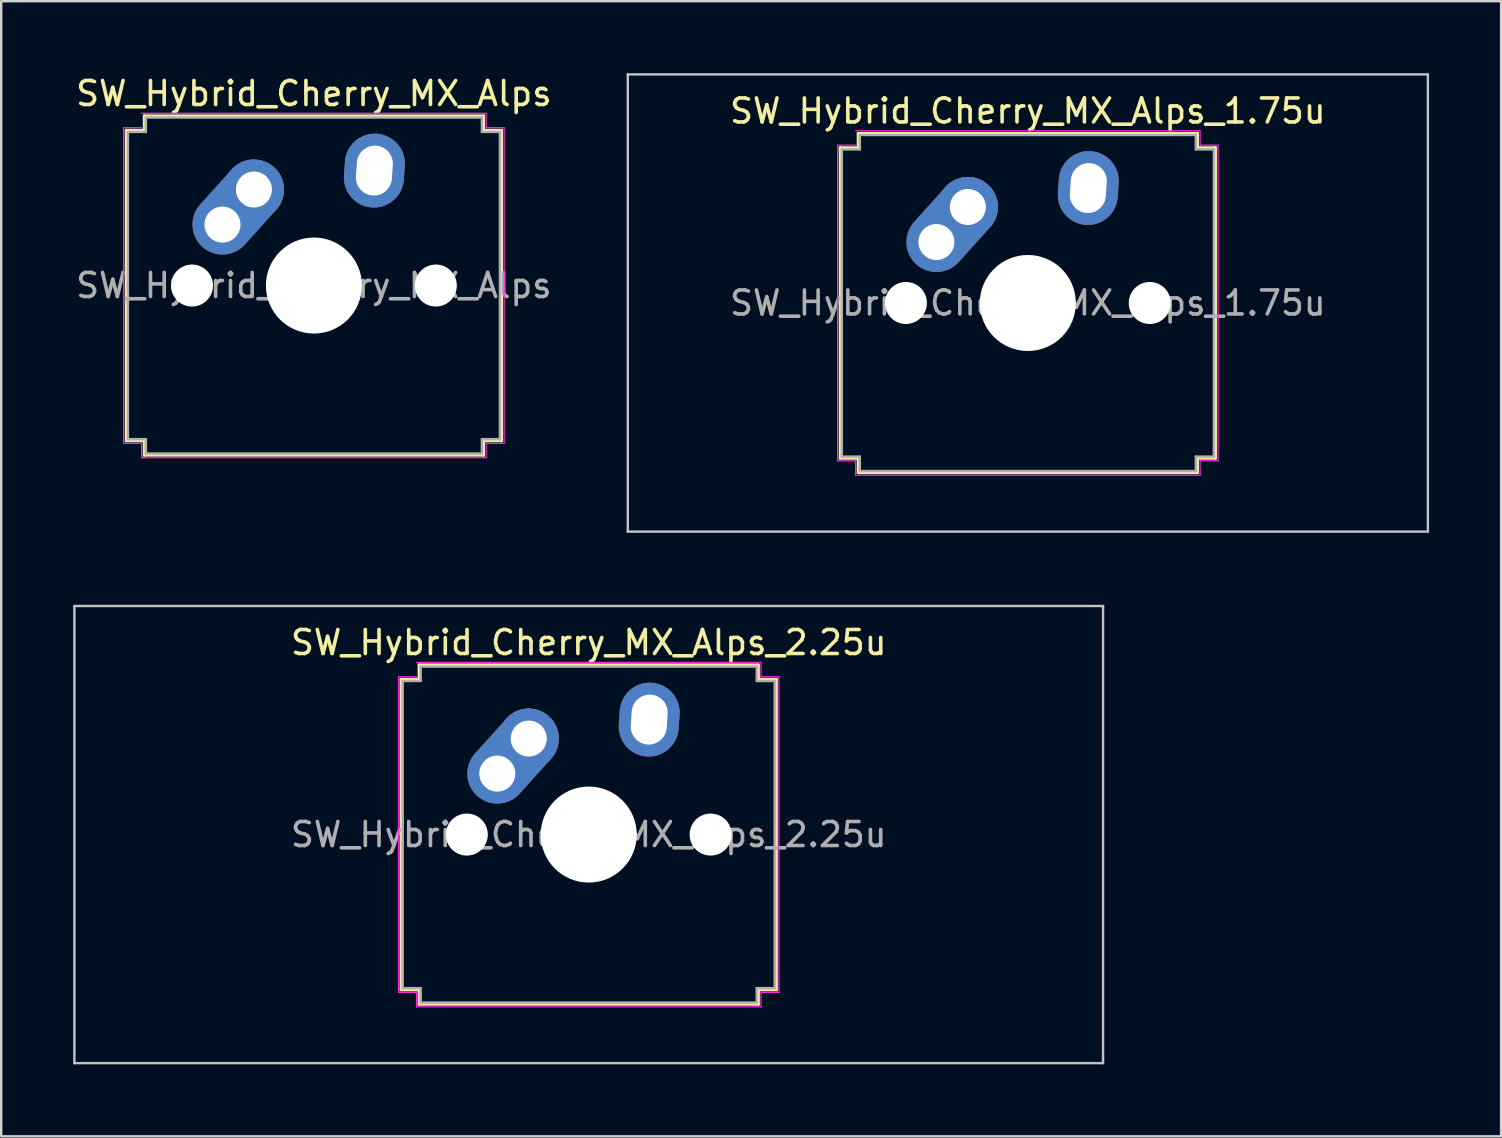
<source format=kicad_pcb>
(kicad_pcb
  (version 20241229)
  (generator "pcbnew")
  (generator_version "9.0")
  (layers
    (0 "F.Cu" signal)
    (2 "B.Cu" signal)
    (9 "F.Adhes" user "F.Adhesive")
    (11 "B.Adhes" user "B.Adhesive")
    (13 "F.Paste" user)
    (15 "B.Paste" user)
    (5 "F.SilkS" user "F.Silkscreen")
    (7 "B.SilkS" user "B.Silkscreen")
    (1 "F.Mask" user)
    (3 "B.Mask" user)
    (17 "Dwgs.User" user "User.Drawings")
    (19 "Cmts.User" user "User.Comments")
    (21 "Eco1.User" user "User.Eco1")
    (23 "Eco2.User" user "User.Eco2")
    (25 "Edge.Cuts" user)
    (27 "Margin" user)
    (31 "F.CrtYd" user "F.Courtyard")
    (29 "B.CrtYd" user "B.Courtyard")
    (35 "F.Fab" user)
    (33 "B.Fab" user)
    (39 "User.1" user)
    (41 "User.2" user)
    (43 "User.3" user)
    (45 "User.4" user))
  (footprint "SW_Hybrid_Cherry_MX_Alps"
    (layer "F.Cu")
    (at 10.03 8.848)
    (property "Reference" "SW_Hybrid_Cherry_MX_Alps" (at 0 -8 0) (layer "F.SilkS") (effects (font (size 1 1) (thickness 0.15))))
    (attr through_hole)
    (fp_line (start -7.821 -6.471) (end -7.071 -6.471) (stroke (width 0.12) (type solid)) (layer "F.SilkS"))
    (fp_line (start -7.821 6.471) (end -7.821 -6.471) (stroke (width 0.12) (type solid)) (layer "F.SilkS"))
    (fp_line (start -7.071 -7.071) (end 7.071 -7.071) (stroke (width 0.12) (type solid)) (layer "F.SilkS"))
    (fp_line (start -7.071 -6.471) (end -7.071 -7.071) (stroke (width 0.12) (type solid)) (layer "F.SilkS"))
    (fp_line (start -7.071 6.471) (end -7.821 6.471) (stroke (width 0.12) (type solid)) (layer "F.SilkS"))
    (fp_line (start -7.071 7.071) (end -7.071 6.471) (stroke (width 0.12) (type solid)) (layer "F.SilkS"))
    (fp_line (start 7.071 -7.071) (end 7.071 -6.471) (stroke (width 0.12) (type solid)) (layer "F.SilkS"))
    (fp_line (start 7.071 -6.471) (end 7.821 -6.471) (stroke (width 0.12) (type solid)) (layer "F.SilkS"))
    (fp_line (start 7.071 6.471) (end 7.071 7.071) (stroke (width 0.12) (type solid)) (layer "F.SilkS"))
    (fp_line (start 7.071 7.071) (end -7.071 7.071) (stroke (width 0.12) (type solid)) (layer "F.SilkS"))
    (fp_line (start 7.821 -6.471) (end 7.821 6.471) (stroke (width 0.12) (type solid)) (layer "F.SilkS"))
    (fp_line (start 7.821 6.471) (end 7.071 6.471) (stroke (width 0.12) (type solid)) (layer "F.SilkS"))
    (fp_line (start -7.927 -6.577) (end -7.177 -6.577) (stroke (width 0.05) (type solid)) (layer "F.CrtYd"))
    (fp_line (start -7.927 6.577) (end -7.927 -6.577) (stroke (width 0.05) (type solid)) (layer "F.CrtYd"))
    (fp_line (start -7.177 -7.177) (end 7.177 -7.177) (stroke (width 0.05) (type solid)) (layer "F.CrtYd"))
    (fp_line (start -7.177 6.577) (end -7.927 6.577) (stroke (width 0.05) (type solid)) (layer "F.CrtYd"))
    (fp_line (start -7.177 7.177) (end -7.177 6.577) (stroke (width 0.05) (type solid)) (layer "F.CrtYd"))
    (fp_line (start 7.177 -7.177) (end 7.177 -6.577) (stroke (width 0.05) (type solid)) (layer "F.CrtYd"))
    (fp_line (start 7.177 -6.577) (end 7.927 -6.577) (stroke (width 0.05) (type solid)) (layer "F.CrtYd"))
    (fp_line (start 7.177 6.577) (end 7.177 7.177) (stroke (width 0.05) (type solid)) (layer "F.CrtYd"))
    (fp_line (start 7.177 7.177) (end -7.177 7.177) (stroke (width 0.05) (type solid)) (layer "F.CrtYd"))
    (fp_line (start 7.927 -6.577) (end 7.927 6.577) (stroke (width 0.05) (type solid)) (layer "F.CrtYd"))
    (fp_line (start 7.927 6.577) (end 7.177 6.577) (stroke (width 0.05) (type solid)) (layer "F.CrtYd"))
    (fp_line (start -7.75 -6.4) (end -7 -6.4) (stroke (width 0.1) (type solid)) (layer "F.Fab"))
    (fp_line (start -7.75 6.4) (end -7.75 -6.4) (stroke (width 0.1) (type solid)) (layer "F.Fab"))
    (fp_line (start -7 -7) (end 7 -7) (stroke (width 0.1) (type solid)) (layer "F.Fab"))
    (fp_line (start -7 -6.4) (end -7 -7) (stroke (width 0.1) (type solid)) (layer "F.Fab"))
    (fp_line (start -7 6.4) (end -7.75 6.4) (stroke (width 0.1) (type solid)) (layer "F.Fab"))
    (fp_line (start -7 7) (end -7 6.4) (stroke (width 0.1) (type solid)) (layer "F.Fab"))
    (fp_line (start 7 -7) (end 7 -6.4) (stroke (width 0.1) (type solid)) (layer "F.Fab"))
    (fp_line (start 7 -6.4) (end 7.75 -6.4) (stroke (width 0.1) (type solid)) (layer "F.Fab"))
    (fp_line (start 7 6.4) (end 7 7) (stroke (width 0.1) (type solid)) (layer "F.Fab"))
    (fp_line (start 7 7) (end -7 7) (stroke (width 0.1) (type solid)) (layer "F.Fab"))
    (fp_line (start 7.75 -6.4) (end 7.75 6.4) (stroke (width 0.1) (type solid)) (layer "F.Fab"))
    (fp_line (start 7.75 6.4) (end 7 6.4) (stroke (width 0.1) (type solid)) (layer "F.Fab"))
    (fp_text user "${REFERENCE}" (at 0 0 0) (layer "F.Fab") (effects (font (size 1 1) (thickness 0.15))))
    (pad "" np_thru_hole circle (at -5.08 0) (size 1.75 1.75) (drill 1.75) (layers "*.Cu" "*.Mask"))
    (pad "" np_thru_hole circle (at 0 0) (size 4 4) (drill 4) (layers "*.Cu" "*.Mask"))
    (pad "" np_thru_hole circle (at 5.08 0) (size 1.75 1.75) (drill 1.75) (layers "*.Cu" "*.Mask"))
    (pad "1" thru_hole oval (at -3.81 -2.54 48) (size 4.462 2.5) (drill 1.5 (offset 0.981 0)) (layers "*.Cu" "*.Mask"))
    (pad "1" thru_hole circle (at -2.5 -4) (size 2.5 2.5) (drill 1.5) (layers "*.Cu" "*.Mask"))
    (pad "2" thru_hole oval (at 2.52 -4.79 86) (size 3.081 2.5) (drill oval 2.081 1.5) (layers "*.Cu" "*.Mask")))
  (footprint "SW_Hybrid_Cherry_MX_Alps_1.75u"
    (layer "F.Cu")
    (at 39.778 9.575)
    (property "Reference" "SW_Hybrid_Cherry_MX_Alps_1.75u" (at 0 -8 0) (layer "F.SilkS") (effects (font (size 1 1) (thickness 0.15))))
    (attr through_hole)
    (fp_line (start -7.821 -6.471) (end -7.071 -6.471) (stroke (width 0.12) (type solid)) (layer "F.SilkS"))
    (fp_line (start -7.821 6.471) (end -7.821 -6.471) (stroke (width 0.12) (type solid)) (layer "F.SilkS"))
    (fp_line (start -7.071 -7.071) (end 7.071 -7.071) (stroke (width 0.12) (type solid)) (layer "F.SilkS"))
    (fp_line (start -7.071 -6.471) (end -7.071 -7.071) (stroke (width 0.12) (type solid)) (layer "F.SilkS"))
    (fp_line (start -7.071 6.471) (end -7.821 6.471) (stroke (width 0.12) (type solid)) (layer "F.SilkS"))
    (fp_line (start -7.071 7.071) (end -7.071 6.471) (stroke (width 0.12) (type solid)) (layer "F.SilkS"))
    (fp_line (start 7.071 -7.071) (end 7.071 -6.471) (stroke (width 0.12) (type solid)) (layer "F.SilkS"))
    (fp_line (start 7.071 -6.471) (end 7.821 -6.471) (stroke (width 0.12) (type solid)) (layer "F.SilkS"))
    (fp_line (start 7.071 6.471) (end 7.071 7.071) (stroke (width 0.12) (type solid)) (layer "F.SilkS"))
    (fp_line (start 7.071 7.071) (end -7.071 7.071) (stroke (width 0.12) (type solid)) (layer "F.SilkS"))
    (fp_line (start 7.821 -6.471) (end 7.821 6.471) (stroke (width 0.12) (type solid)) (layer "F.SilkS"))
    (fp_line (start 7.821 6.471) (end 7.071 6.471) (stroke (width 0.12) (type solid)) (layer "F.SilkS"))
    (fp_line (start -16.669 -9.525) (end -16.669 9.525) (stroke (width 0.1) (type solid)) (layer "Dwgs.User"))
    (fp_line (start -16.669 9.525) (end 16.669 9.525) (stroke (width 0.1) (type solid)) (layer "Dwgs.User"))
    (fp_line (start 16.669 -9.525) (end -16.669 -9.525) (stroke (width 0.1) (type solid)) (layer "Dwgs.User"))
    (fp_line (start 16.669 9.525) (end 16.669 -9.525) (stroke (width 0.1) (type solid)) (layer "Dwgs.User"))
    (fp_line (start -7.927 -6.577) (end -7.177 -6.577) (stroke (width 0.05) (type solid)) (layer "F.CrtYd"))
    (fp_line (start -7.927 6.577) (end -7.927 -6.577) (stroke (width 0.05) (type solid)) (layer "F.CrtYd"))
    (fp_line (start -7.177 -7.177) (end 7.177 -7.177) (stroke (width 0.05) (type solid)) (layer "F.CrtYd"))
    (fp_line (start -7.177 6.577) (end -7.927 6.577) (stroke (width 0.05) (type solid)) (layer "F.CrtYd"))
    (fp_line (start -7.177 7.177) (end -7.177 6.577) (stroke (width 0.05) (type solid)) (layer "F.CrtYd"))
    (fp_line (start 7.177 -7.177) (end 7.177 -6.577) (stroke (width 0.05) (type solid)) (layer "F.CrtYd"))
    (fp_line (start 7.177 -6.577) (end 7.927 -6.577) (stroke (width 0.05) (type solid)) (layer "F.CrtYd"))
    (fp_line (start 7.177 6.577) (end 7.177 7.177) (stroke (width 0.05) (type solid)) (layer "F.CrtYd"))
    (fp_line (start 7.177 7.177) (end -7.177 7.177) (stroke (width 0.05) (type solid)) (layer "F.CrtYd"))
    (fp_line (start 7.927 -6.577) (end 7.927 6.577) (stroke (width 0.05) (type solid)) (layer "F.CrtYd"))
    (fp_line (start 7.927 6.577) (end 7.177 6.577) (stroke (width 0.05) (type solid)) (layer "F.CrtYd"))
    (fp_line (start -7.75 -6.4) (end -7 -6.4) (stroke (width 0.1) (type solid)) (layer "F.Fab"))
    (fp_line (start -7.75 6.4) (end -7.75 -6.4) (stroke (width 0.1) (type solid)) (layer "F.Fab"))
    (fp_line (start -7 -7) (end 7 -7) (stroke (width 0.1) (type solid)) (layer "F.Fab"))
    (fp_line (start -7 -6.4) (end -7 -7) (stroke (width 0.1) (type solid)) (layer "F.Fab"))
    (fp_line (start -7 6.4) (end -7.75 6.4) (stroke (width 0.1) (type solid)) (layer "F.Fab"))
    (fp_line (start -7 7) (end -7 6.4) (stroke (width 0.1) (type solid)) (layer "F.Fab"))
    (fp_line (start 7 -7) (end 7 -6.4) (stroke (width 0.1) (type solid)) (layer "F.Fab"))
    (fp_line (start 7 -6.4) (end 7.75 -6.4) (stroke (width 0.1) (type solid)) (layer "F.Fab"))
    (fp_line (start 7 6.4) (end 7 7) (stroke (width 0.1) (type solid)) (layer "F.Fab"))
    (fp_line (start 7 7) (end -7 7) (stroke (width 0.1) (type solid)) (layer "F.Fab"))
    (fp_line (start 7.75 -6.4) (end 7.75 6.4) (stroke (width 0.1) (type solid)) (layer "F.Fab"))
    (fp_line (start 7.75 6.4) (end 7 6.4) (stroke (width 0.1) (type solid)) (layer "F.Fab"))
    (fp_text user "${REFERENCE}" (at 0 0 0) (layer "F.Fab") (effects (font (size 1 1) (thickness 0.15))))
    (pad "" np_thru_hole circle (at -5.08 0) (size 1.75 1.75) (drill 1.75) (layers "*.Cu" "*.Mask"))
    (pad "" np_thru_hole circle (at 0 0) (size 4 4) (drill 4) (layers "*.Cu" "*.Mask"))
    (pad "" np_thru_hole circle (at 5.08 0) (size 1.75 1.75) (drill 1.75) (layers "*.Cu" "*.Mask"))
    (pad "1" thru_hole oval (at -3.81 -2.54 48) (size 4.462 2.5) (drill 1.5 (offset 0.981 0)) (layers "*.Cu" "*.Mask"))
    (pad "1" thru_hole circle (at -2.5 -4) (size 2.5 2.5) (drill 1.5) (layers "*.Cu" "*.Mask"))
    (pad "2" thru_hole oval (at 2.52 -4.79 86) (size 3.081 2.5) (drill oval 2.081 1.5) (layers "*.Cu" "*.Mask")))
  (footprint "SW_Hybrid_Cherry_MX_Alps_2.25u"
    (layer "F.Cu")
    (at 21.481 31.725)
    (property "Reference" "SW_Hybrid_Cherry_MX_Alps_2.25u" (at 0 -8 0) (layer "F.SilkS") (effects (font (size 1 1) (thickness 0.15))))
    (attr through_hole)
    (fp_line (start -7.821 -6.471) (end -7.071 -6.471) (stroke (width 0.12) (type solid)) (layer "F.SilkS"))
    (fp_line (start -7.821 6.471) (end -7.821 -6.471) (stroke (width 0.12) (type solid)) (layer "F.SilkS"))
    (fp_line (start -7.071 -7.071) (end 7.071 -7.071) (stroke (width 0.12) (type solid)) (layer "F.SilkS"))
    (fp_line (start -7.071 -6.471) (end -7.071 -7.071) (stroke (width 0.12) (type solid)) (layer "F.SilkS"))
    (fp_line (start -7.071 6.471) (end -7.821 6.471) (stroke (width 0.12) (type solid)) (layer "F.SilkS"))
    (fp_line (start -7.071 7.071) (end -7.071 6.471) (stroke (width 0.12) (type solid)) (layer "F.SilkS"))
    (fp_line (start 7.071 -7.071) (end 7.071 -6.471) (stroke (width 0.12) (type solid)) (layer "F.SilkS"))
    (fp_line (start 7.071 -6.471) (end 7.821 -6.471) (stroke (width 0.12) (type solid)) (layer "F.SilkS"))
    (fp_line (start 7.071 6.471) (end 7.071 7.071) (stroke (width 0.12) (type solid)) (layer "F.SilkS"))
    (fp_line (start 7.071 7.071) (end -7.071 7.071) (stroke (width 0.12) (type solid)) (layer "F.SilkS"))
    (fp_line (start 7.821 -6.471) (end 7.821 6.471) (stroke (width 0.12) (type solid)) (layer "F.SilkS"))
    (fp_line (start 7.821 6.471) (end 7.071 6.471) (stroke (width 0.12) (type solid)) (layer "F.SilkS"))
    (fp_line (start -21.431 -9.525) (end -21.431 9.525) (stroke (width 0.1) (type solid)) (layer "Dwgs.User"))
    (fp_line (start -21.431 9.525) (end 21.431 9.525) (stroke (width 0.1) (type solid)) (layer "Dwgs.User"))
    (fp_line (start 21.431 -9.525) (end -21.431 -9.525) (stroke (width 0.1) (type solid)) (layer "Dwgs.User"))
    (fp_line (start 21.431 9.525) (end 21.431 -9.525) (stroke (width 0.1) (type solid)) (layer "Dwgs.User"))
    (fp_line (start -7.927 -6.577) (end -7.177 -6.577) (stroke (width 0.05) (type solid)) (layer "F.CrtYd"))
    (fp_line (start -7.927 6.577) (end -7.927 -6.577) (stroke (width 0.05) (type solid)) (layer "F.CrtYd"))
    (fp_line (start -7.177 -7.177) (end 7.177 -7.177) (stroke (width 0.05) (type solid)) (layer "F.CrtYd"))
    (fp_line (start -7.177 6.577) (end -7.927 6.577) (stroke (width 0.05) (type solid)) (layer "F.CrtYd"))
    (fp_line (start -7.177 7.177) (end -7.177 6.577) (stroke (width 0.05) (type solid)) (layer "F.CrtYd"))
    (fp_line (start 7.177 -7.177) (end 7.177 -6.577) (stroke (width 0.05) (type solid)) (layer "F.CrtYd"))
    (fp_line (start 7.177 -6.577) (end 7.927 -6.577) (stroke (width 0.05) (type solid)) (layer "F.CrtYd"))
    (fp_line (start 7.177 6.577) (end 7.177 7.177) (stroke (width 0.05) (type solid)) (layer "F.CrtYd"))
    (fp_line (start 7.177 7.177) (end -7.177 7.177) (stroke (width 0.05) (type solid)) (layer "F.CrtYd"))
    (fp_line (start 7.927 -6.577) (end 7.927 6.577) (stroke (width 0.05) (type solid)) (layer "F.CrtYd"))
    (fp_line (start 7.927 6.577) (end 7.177 6.577) (stroke (width 0.05) (type solid)) (layer "F.CrtYd"))
    (fp_line (start -7.75 -6.4) (end -7 -6.4) (stroke (width 0.1) (type solid)) (layer "F.Fab"))
    (fp_line (start -7.75 6.4) (end -7.75 -6.4) (stroke (width 0.1) (type solid)) (layer "F.Fab"))
    (fp_line (start -7 -7) (end 7 -7) (stroke (width 0.1) (type solid)) (layer "F.Fab"))
    (fp_line (start -7 -6.4) (end -7 -7) (stroke (width 0.1) (type solid)) (layer "F.Fab"))
    (fp_line (start -7 6.4) (end -7.75 6.4) (stroke (width 0.1) (type solid)) (layer "F.Fab"))
    (fp_line (start -7 7) (end -7 6.4) (stroke (width 0.1) (type solid)) (layer "F.Fab"))
    (fp_line (start 7 -7) (end 7 -6.4) (stroke (width 0.1) (type solid)) (layer "F.Fab"))
    (fp_line (start 7 -6.4) (end 7.75 -6.4) (stroke (width 0.1) (type solid)) (layer "F.Fab"))
    (fp_line (start 7 6.4) (end 7 7) (stroke (width 0.1) (type solid)) (layer "F.Fab"))
    (fp_line (start 7 7) (end -7 7) (stroke (width 0.1) (type solid)) (layer "F.Fab"))
    (fp_line (start 7.75 -6.4) (end 7.75 6.4) (stroke (width 0.1) (type solid)) (layer "F.Fab"))
    (fp_line (start 7.75 6.4) (end 7 6.4) (stroke (width 0.1) (type solid)) (layer "F.Fab"))
    (fp_text user "${REFERENCE}" (at 0 0 0) (layer "F.Fab") (effects (font (size 1 1) (thickness 0.15))))
    (pad "" np_thru_hole circle (at -5.08 0) (size 1.75 1.75) (drill 1.75) (layers "*.Cu" "*.Mask"))
    (pad "" np_thru_hole circle (at 0 0) (size 4 4) (drill 4) (layers "*.Cu" "*.Mask"))
    (pad "" np_thru_hole circle (at 5.08 0) (size 1.75 1.75) (drill 1.75) (layers "*.Cu" "*.Mask"))
    (pad "1" thru_hole oval (at -3.81 -2.54 48) (size 4.462 2.5) (drill 1.5 (offset 0.981 0)) (layers "*.Cu" "*.Mask"))
    (pad "1" thru_hole circle (at -2.5 -4) (size 2.5 2.5) (drill 1.5) (layers "*.Cu" "*.Mask"))
    (pad "2" thru_hole oval (at 2.52 -4.79 86) (size 3.081 2.5) (drill oval 2.081 1.5) (layers "*.Cu" "*.Mask")))
  (gr_rect
    (start -3 -3)
    (end 59.497 44.3)
    (stroke (width 0.1) (type default))
    (fill no)
    (layer "Edge.Cuts")))
</source>
